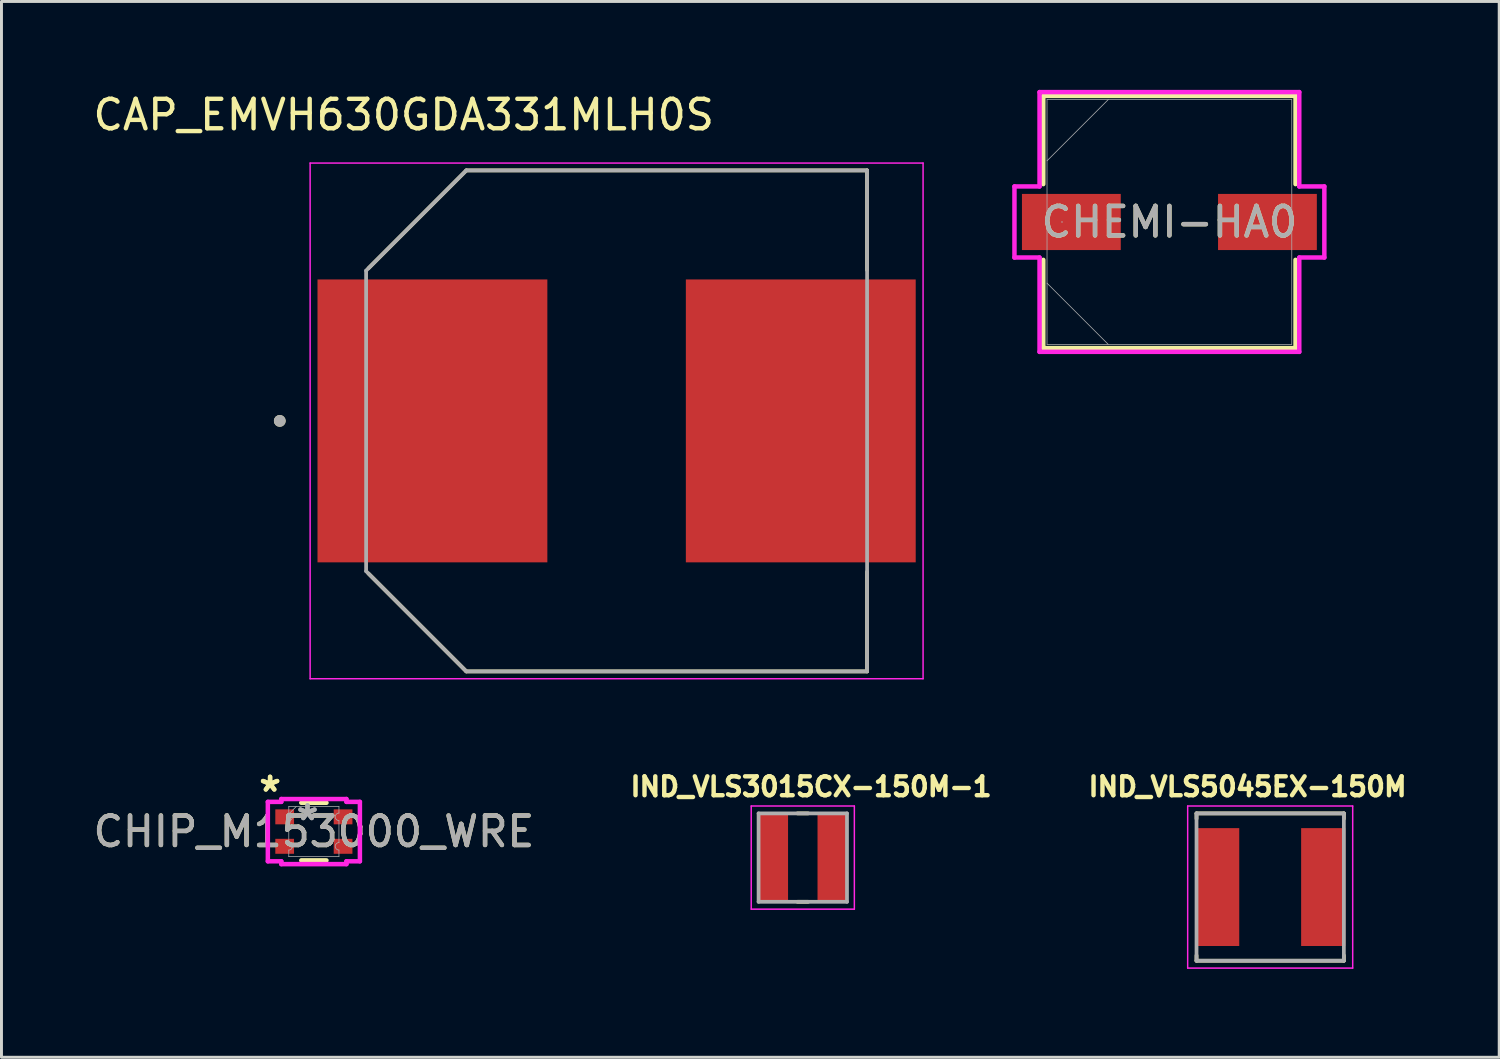
<source format=kicad_pcb>
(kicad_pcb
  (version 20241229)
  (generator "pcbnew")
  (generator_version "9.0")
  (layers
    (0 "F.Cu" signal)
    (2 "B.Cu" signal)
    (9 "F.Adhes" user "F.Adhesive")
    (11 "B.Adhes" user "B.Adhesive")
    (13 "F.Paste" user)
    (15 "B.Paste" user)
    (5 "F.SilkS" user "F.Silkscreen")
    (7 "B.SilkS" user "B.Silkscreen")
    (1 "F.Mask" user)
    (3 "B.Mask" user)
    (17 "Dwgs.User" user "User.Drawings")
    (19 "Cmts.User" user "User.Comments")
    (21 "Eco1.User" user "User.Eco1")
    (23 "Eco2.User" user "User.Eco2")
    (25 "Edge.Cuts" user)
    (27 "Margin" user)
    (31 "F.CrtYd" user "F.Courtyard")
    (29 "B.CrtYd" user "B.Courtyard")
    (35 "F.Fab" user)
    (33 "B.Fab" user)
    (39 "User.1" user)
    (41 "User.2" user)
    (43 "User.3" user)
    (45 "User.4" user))
  (footprint "CHIP_M153000_WRE"
    (layer "F.Cu")
    (at 7.601 25.169)
    (property "Reference" "CHIP_M153000_WRE" (at 0 0 0) (unlocked yes) (layer "F.SilkS") (effects (font (size 1 1) (thickness 0.15))))
    (attr smd)
    (fp_line (start -0.427 -0.978) (end 0.427 -0.978) (stroke (width 0.152) (type solid)) (layer "F.SilkS"))
    (fp_line (start -0.427 0.978) (end 0.427 0.978) (stroke (width 0.152) (type solid)) (layer "F.SilkS"))
    (fp_line (start -1.562 -1.008) (end -1.105 -1.008) (stroke (width 0.152) (type solid)) (layer "F.CrtYd"))
    (fp_line (start -1.562 1.008) (end -1.562 -1.008) (stroke (width 0.152) (type solid)) (layer "F.CrtYd"))
    (fp_line (start -1.562 1.008) (end -1.105 1.008) (stroke (width 0.152) (type solid)) (layer "F.CrtYd"))
    (fp_line (start -1.105 -1.105) (end 1.105 -1.105) (stroke (width 0.152) (type solid)) (layer "F.CrtYd"))
    (fp_line (start -1.105 -1.008) (end -1.105 -1.105) (stroke (width 0.152) (type solid)) (layer "F.CrtYd"))
    (fp_line (start -1.105 1.105) (end -1.105 1.008) (stroke (width 0.152) (type solid)) (layer "F.CrtYd"))
    (fp_line (start 1.105 -1.105) (end 1.105 -1.008) (stroke (width 0.152) (type solid)) (layer "F.CrtYd"))
    (fp_line (start 1.105 1.008) (end 1.105 1.105) (stroke (width 0.152) (type solid)) (layer "F.CrtYd"))
    (fp_line (start 1.105 1.105) (end -1.105 1.105) (stroke (width 0.152) (type solid)) (layer "F.CrtYd"))
    (fp_line (start 1.562 -1.008) (end 1.105 -1.008) (stroke (width 0.152) (type solid)) (layer "F.CrtYd"))
    (fp_line (start 1.562 -1.008) (end 1.562 1.008) (stroke (width 0.152) (type solid)) (layer "F.CrtYd"))
    (fp_line (start 1.562 1.008) (end 1.105 1.008) (stroke (width 0.152) (type solid)) (layer "F.CrtYd"))
    (fp_line (start -0.851 -0.851) (end 0.851 -0.851) (stroke (width 0.025) (type solid)) (layer "F.Fab"))
    (fp_line (start -0.851 -0.627) (end -0.851 -0.851) (stroke (width 0.025) (type solid)) (layer "F.Fab"))
    (fp_line (start -0.851 -0.373) (end -0.851 0.373) (stroke (width 0.025) (type solid)) (layer "F.Fab"))
    (fp_line (start -0.851 0.627) (end -0.851 0.851) (stroke (width 0.025) (type solid)) (layer "F.Fab"))
    (fp_line (start -0.851 0.851) (end 0.851 0.851) (stroke (width 0.025) (type solid)) (layer "F.Fab"))
    (fp_line (start -0.597 -0.851) (end -0.851 -0.597) (stroke (width 0.025) (type solid)) (layer "F.Fab"))
    (fp_line (start 0.851 -0.627) (end 0.851 -0.851) (stroke (width 0.025) (type solid)) (layer "F.Fab"))
    (fp_line (start 0.851 -0.373) (end 0.851 0.373) (stroke (width 0.025) (type solid)) (layer "F.Fab"))
    (fp_line (start 0.851 0.627) (end 0.851 0.851) (stroke (width 0.025) (type solid)) (layer "F.Fab"))
    (fp_arc (start -0.8509 -0.626999) (mid -0.7239 -0.499999) (end -0.8509 -0.372999) (stroke (width 0.0254) (type solid)) (layer "F.Fab"))
    (fp_arc (start -0.8509 0.372999) (mid -0.7239 0.499999) (end -0.8509 0.626999) (stroke (width 0.0254) (type solid)) (layer "F.Fab"))
    (fp_arc (start 0.8509 -0.372999) (mid 0.7239 -0.499999) (end 0.8509 -0.626999) (stroke (width 0.0254) (type solid)) (layer "F.Fab"))
    (fp_arc (start 0.8509 0.626999) (mid 0.7239 0.499999) (end 0.8509 0.372999) (stroke (width 0.0254) (type solid)) (layer "F.Fab"))
    (fp_text user "*" (at -1.486 -1.313 0) (unlocked yes) (layer "F.SilkS") (effects (font (size 1 1) (thickness 0.15))))
    (fp_text user "*" (at -1.486 -1.313 0) (layer "F.SilkS") (effects (font (size 1 1) (thickness 0.15))))
    (fp_text user "*" (at -0.216 -0.343 0) (layer "F.Fab") (effects (font (size 1 1) (thickness 0.15))))
    (fp_text user "*" (at -0.216 -0.343 0) (unlocked yes) (layer "F.Fab") (effects (font (size 1 1) (thickness 0.15))))
    (fp_text user "${REFERENCE}" (at 0 0 0) (unlocked yes) (layer "F.Fab") (effects (font (size 1 1) (thickness 0.15))))
    (pad "1" smd rect (at -0.991 0.5) (size 0.635 0.508) (layers "F.Cu" "F.Mask" "F.Paste"))
    (pad "2" smd rect (at -0.991 -0.5) (size 0.635 0.508) (layers "F.Cu" "F.Mask" "F.Paste"))
    (pad "3" smd rect (at 0.991 -0.5) (size 0.635 0.508) (layers "F.Cu" "F.Mask" "F.Paste"))
    (pad "4" smd rect (at 0.991 0.5) (size 0.635 0.508) (layers "F.Cu" "F.Mask" "F.Paste")))
  (footprint "CHEMI-HA0"
    (layer "F.Cu")
    (at 36.633 4.483)
    (property "Reference" "CHEMI-HA0" (at 0 0 0) (unlocked yes) (layer "F.SilkS") (effects (font (size 1 1) (thickness 0.15))))
    (attr smd)
    (fp_line (start -4.28 -4.28) (end -4.28 -1.285) (stroke (width 0.152) (type solid)) (layer "F.SilkS"))
    (fp_line (start -4.28 1.285) (end -4.28 4.28) (stroke (width 0.152) (type solid)) (layer "F.SilkS"))
    (fp_line (start -4.28 4.28) (end 4.28 4.28) (stroke (width 0.152) (type solid)) (layer "F.SilkS"))
    (fp_line (start 4.28 -4.28) (end -4.28 -4.28) (stroke (width 0.152) (type solid)) (layer "F.SilkS"))
    (fp_line (start 4.28 -1.285) (end 4.28 -4.28) (stroke (width 0.152) (type solid)) (layer "F.SilkS"))
    (fp_line (start 4.28 4.28) (end 4.28 1.285) (stroke (width 0.152) (type solid)) (layer "F.SilkS"))
    (fp_line (start -5.258 -1.206) (end -4.407 -1.206) (stroke (width 0.152) (type solid)) (layer "F.CrtYd"))
    (fp_line (start -5.258 1.206) (end -5.258 -1.206) (stroke (width 0.152) (type solid)) (layer "F.CrtYd"))
    (fp_line (start -4.407 -4.407) (end 4.407 -4.407) (stroke (width 0.152) (type solid)) (layer "F.CrtYd"))
    (fp_line (start -4.407 -1.206) (end -4.407 -4.407) (stroke (width 0.152) (type solid)) (layer "F.CrtYd"))
    (fp_line (start -4.407 1.206) (end -5.258 1.206) (stroke (width 0.152) (type solid)) (layer "F.CrtYd"))
    (fp_line (start -4.407 4.407) (end -4.407 1.206) (stroke (width 0.152) (type solid)) (layer "F.CrtYd"))
    (fp_line (start 4.407 -4.407) (end 4.407 -1.206) (stroke (width 0.152) (type solid)) (layer "F.CrtYd"))
    (fp_line (start 4.407 -1.206) (end 5.258 -1.206) (stroke (width 0.152) (type solid)) (layer "F.CrtYd"))
    (fp_line (start 4.407 1.206) (end 4.407 4.407) (stroke (width 0.152) (type solid)) (layer "F.CrtYd"))
    (fp_line (start 4.407 4.407) (end -4.407 4.407) (stroke (width 0.152) (type solid)) (layer "F.CrtYd"))
    (fp_line (start 5.258 -1.206) (end 5.258 1.206) (stroke (width 0.152) (type solid)) (layer "F.CrtYd"))
    (fp_line (start 5.258 1.206) (end 4.407 1.206) (stroke (width 0.152) (type solid)) (layer "F.CrtYd"))
    (fp_line (start -4.153 -4.153) (end -4.153 4.153) (stroke (width 0.025) (type solid)) (layer "F.Fab"))
    (fp_line (start -4.153 -2.076) (end -2.076 -4.153) (stroke (width 0.025) (type solid)) (layer "F.Fab"))
    (fp_line (start -4.153 2.076) (end -2.076 4.153) (stroke (width 0.025) (type solid)) (layer "F.Fab"))
    (fp_line (start -4.153 4.153) (end 4.153 4.153) (stroke (width 0.025) (type solid)) (layer "F.Fab"))
    (fp_line (start 4.153 -4.153) (end -4.153 -4.153) (stroke (width 0.025) (type solid)) (layer "F.Fab"))
    (fp_line (start 4.153 4.153) (end 4.153 -4.153) (stroke (width 0.025) (type solid)) (layer "F.Fab"))
    (fp_circle (center -3.645 0) (end -3.645 0) (stroke (width 0.025) (type solid)) (fill no) (layer "F.Fab"))
    (fp_text user "${REFERENCE}" (at 0 0 0) (unlocked yes) (layer "F.Fab") (effects (font (size 1 1) (thickness 0.15))))
    (pad "1" smd rect (at -3.327 0) (size 3.353 1.905) (layers "F.Cu" "F.Mask" "F.Paste"))
    (pad "2" smd rect (at 3.327 0) (size 3.353 1.905) (layers "F.Cu" "F.Mask" "F.Paste")))
  (footprint "IND_VLS3015CX-150M-1"
    (layer "F.Cu")
    (at 24.192 26.052)
    (property "Reference" "IND_VLS3015CX-150M-1" (at 0.282 -2.406 0) (layer "F.SilkS") (effects (font (size 0.64 0.64) (thickness 0.15))))
    (attr smd)
    (fp_line (start -0.18 -1.5) (end 0.18 -1.5) (stroke (width 0.127) (type solid)) (layer "F.SilkS"))
    (fp_line (start -0.18 1.5) (end 0.18 1.5) (stroke (width 0.127) (type solid)) (layer "F.SilkS"))
    (fp_line (start -1.75 -1.75) (end -1.75 1.75) (stroke (width 0.05) (type solid)) (layer "F.CrtYd"))
    (fp_line (start -1.75 1.75) (end 1.75 1.75) (stroke (width 0.05) (type solid)) (layer "F.CrtYd"))
    (fp_line (start 1.75 -1.75) (end -1.75 -1.75) (stroke (width 0.05) (type solid)) (layer "F.CrtYd"))
    (fp_line (start 1.75 1.75) (end 1.75 -1.75) (stroke (width 0.05) (type solid)) (layer "F.CrtYd"))
    (fp_line (start -1.5 -1.5) (end -1.5 1.5) (stroke (width 0.127) (type solid)) (layer "F.Fab"))
    (fp_line (start -1.5 -1.5) (end 1.5 -1.5) (stroke (width 0.127) (type solid)) (layer "F.Fab"))
    (fp_line (start -1.5 1.5) (end 1.5 1.5) (stroke (width 0.127) (type solid)) (layer "F.Fab"))
    (fp_line (start 1.5 -1.5) (end 1.5 1.5) (stroke (width 0.127) (type solid)) (layer "F.Fab"))
    (pad "1" smd rect (at -1 0) (size 1 3) (layers "F.Cu" "F.Mask" "F.Paste"))
    (pad "2" smd rect (at 1 0) (size 1 3) (layers "F.Cu" "F.Mask" "F.Paste")))
  (footprint "CAP_EMVH630GDA331MLH0S"
    (layer "F.Cu")
    (at 17.874 11.233)
    (property "Reference" "CAP_EMVH630GDA331MLH0S" (at -7.225 -10.385 0) (layer "F.SilkS") (effects (font (size 1 1) (thickness 0.15))))
    (attr smd)
    (fp_line (start -8.42 -5.18) (end -5.1 -8.5) (stroke (width 0.127) (type solid)) (layer "F.SilkS"))
    (fp_line (start -5.1 -8.5) (end 8.5 -8.5) (stroke (width 0.127) (type solid)) (layer "F.SilkS"))
    (fp_line (start -5.1 8.5) (end -8.42 5.18) (stroke (width 0.127) (type solid)) (layer "F.SilkS"))
    (fp_line (start 8.5 -8.5) (end 8.5 -5.12) (stroke (width 0.127) (type solid)) (layer "F.SilkS"))
    (fp_line (start 8.5 8.5) (end -5.1 8.5) (stroke (width 0.127) (type solid)) (layer "F.SilkS"))
    (fp_line (start 8.5 8.5) (end 8.5 5.12) (stroke (width 0.127) (type solid)) (layer "F.SilkS"))
    (fp_circle (center -11.43 0) (end -11.33 0) (stroke (width 0.2) (type solid)) (fill no) (layer "F.SilkS"))
    (fp_line (start -10.4 -8.75) (end -10.4 8.75) (stroke (width 0.05) (type solid)) (layer "F.CrtYd"))
    (fp_line (start -10.4 8.75) (end 10.4 8.75) (stroke (width 0.05) (type solid)) (layer "F.CrtYd"))
    (fp_line (start 10.4 -8.75) (end -10.4 -8.75) (stroke (width 0.05) (type solid)) (layer "F.CrtYd"))
    (fp_line (start 10.4 8.75) (end 10.4 -8.75) (stroke (width 0.05) (type solid)) (layer "F.CrtYd"))
    (fp_line (start -8.5 -5.1) (end -5.1 -8.5) (stroke (width 0.127) (type solid)) (layer "F.Fab"))
    (fp_line (start -8.5 5.1) (end -8.5 -5.1) (stroke (width 0.127) (type solid)) (layer "F.Fab"))
    (fp_line (start -5.1 -8.5) (end 8.5 -8.5) (stroke (width 0.127) (type solid)) (layer "F.Fab"))
    (fp_line (start -5.1 8.5) (end -8.5 5.1) (stroke (width 0.127) (type solid)) (layer "F.Fab"))
    (fp_line (start 8.5 -8.5) (end 8.5 8.5) (stroke (width 0.127) (type solid)) (layer "F.Fab"))
    (fp_line (start 8.5 8.5) (end -5.1 8.5) (stroke (width 0.127) (type solid)) (layer "F.Fab"))
    (fp_circle (center -11.43 0) (end -11.33 0) (stroke (width 0.2) (type solid)) (fill no) (layer "F.Fab"))
    (pad "N" smd rect (at 6.25 0) (size 7.8 9.6) (layers "F.Cu" "F.Mask" "F.Paste"))
    (pad "P" smd rect (at -6.25 0) (size 7.8 9.6) (layers "F.Cu" "F.Mask" "F.Paste")))
  (footprint "IND_VLS5045EX-150M"
    (layer "F.Cu")
    (at 40.053 27.052)
    (property "Reference" "IND_VLS5045EX-150M" (at -0.768 -3.406 0) (layer "F.SilkS") (effects (font (size 0.64 0.64) (thickness 0.15))))
    (attr smd)
    (fp_line (start -2.5 -2.5) (end -2.5 -2.32) (stroke (width 0.127) (type solid)) (layer "F.SilkS"))
    (fp_line (start -2.5 -2.5) (end 2.5 -2.5) (stroke (width 0.127) (type solid)) (layer "F.SilkS"))
    (fp_line (start -2.5 2.5) (end -2.5 2.32) (stroke (width 0.127) (type solid)) (layer "F.SilkS"))
    (fp_line (start -2.5 2.5) (end 2.5 2.5) (stroke (width 0.127) (type solid)) (layer "F.SilkS"))
    (fp_line (start 2.5 -2.5) (end 2.5 -2.32) (stroke (width 0.127) (type solid)) (layer "F.SilkS"))
    (fp_line (start 2.5 2.5) (end 2.5 2.32) (stroke (width 0.127) (type solid)) (layer "F.SilkS"))
    (fp_line (start -2.8 -2.75) (end -2.8 2.75) (stroke (width 0.05) (type solid)) (layer "F.CrtYd"))
    (fp_line (start -2.8 2.75) (end 2.8 2.75) (stroke (width 0.05) (type solid)) (layer "F.CrtYd"))
    (fp_line (start 2.8 -2.75) (end -2.8 -2.75) (stroke (width 0.05) (type solid)) (layer "F.CrtYd"))
    (fp_line (start 2.8 2.75) (end 2.8 -2.75) (stroke (width 0.05) (type solid)) (layer "F.CrtYd"))
    (fp_line (start -2.5 -2.5) (end -2.5 2.5) (stroke (width 0.127) (type solid)) (layer "F.Fab"))
    (fp_line (start -2.5 -2.5) (end 2.5 -2.5) (stroke (width 0.127) (type solid)) (layer "F.Fab"))
    (fp_line (start -2.5 2.5) (end 2.5 2.5) (stroke (width 0.127) (type solid)) (layer "F.Fab"))
    (fp_line (start 2.5 -2.5) (end 2.5 2.5) (stroke (width 0.127) (type solid)) (layer "F.Fab"))
    (pad "1" smd rect (at -1.8 0) (size 1.5 4) (layers "F.Cu" "F.Mask" "F.Paste"))
    (pad "2" smd rect (at 1.8 0) (size 1.5 4) (layers "F.Cu" "F.Mask" "F.Paste")))
  (gr_rect
    (start -3 -3)
    (end 47.825 32.827)
    (stroke (width 0.1) (type default))
    (fill no)
    (layer "Edge.Cuts")))
</source>
